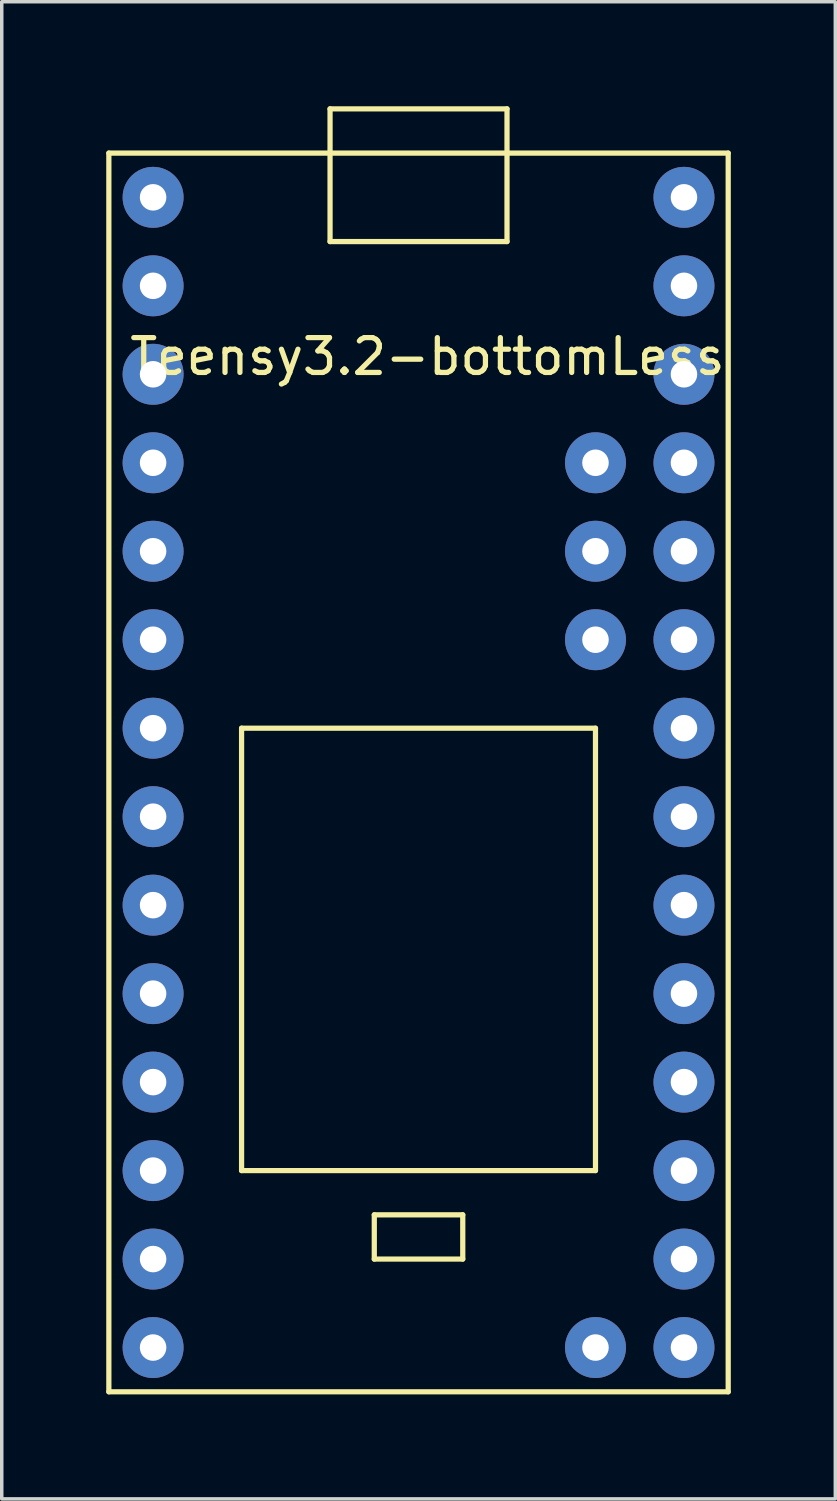
<source format=kicad_pcb>
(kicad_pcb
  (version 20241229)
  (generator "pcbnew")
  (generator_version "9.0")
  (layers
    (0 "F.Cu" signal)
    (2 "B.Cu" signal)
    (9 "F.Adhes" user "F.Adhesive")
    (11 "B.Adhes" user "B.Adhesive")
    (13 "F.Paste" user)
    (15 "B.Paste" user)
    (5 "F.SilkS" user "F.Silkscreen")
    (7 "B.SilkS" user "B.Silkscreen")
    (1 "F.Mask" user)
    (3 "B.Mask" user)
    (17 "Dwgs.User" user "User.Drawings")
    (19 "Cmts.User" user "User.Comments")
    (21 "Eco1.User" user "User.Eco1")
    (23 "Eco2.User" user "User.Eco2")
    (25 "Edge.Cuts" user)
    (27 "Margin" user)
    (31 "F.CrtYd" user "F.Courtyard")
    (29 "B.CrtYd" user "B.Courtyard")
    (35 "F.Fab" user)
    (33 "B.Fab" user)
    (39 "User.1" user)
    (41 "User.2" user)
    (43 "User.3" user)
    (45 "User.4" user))
  (footprint "Teensy3.2-bottomLess"
    (layer "F.Cu")
    (at 8.965 17.855)
    (property "Reference" "Teensy3.2-bottomLess" (at 0.254 -10.668 0) (layer "F.SilkS") (effects (font (size 1 1) (thickness 0.15))))
    (attr through_hole)
    (fp_line (start -8.89 -16.51) (end -8.89 19.05) (stroke (width 0.15) (type solid)) (layer "F.SilkS"))
    (fp_line (start -8.89 19.05) (end 8.89 19.05) (stroke (width 0.15) (type solid)) (layer "F.SilkS"))
    (fp_line (start -5.08 0) (end -5.08 12.7) (stroke (width 0.15) (type solid)) (layer "F.SilkS"))
    (fp_line (start -5.08 12.7) (end 5.08 12.7) (stroke (width 0.15) (type solid)) (layer "F.SilkS"))
    (fp_line (start -2.54 -17.78) (end -2.54 -13.97) (stroke (width 0.15) (type solid)) (layer "F.SilkS"))
    (fp_line (start -2.54 -13.97) (end 2.54 -13.97) (stroke (width 0.15) (type solid)) (layer "F.SilkS"))
    (fp_line (start -1.27 13.97) (end 1.27 13.97) (stroke (width 0.15) (type solid)) (layer "F.SilkS"))
    (fp_line (start -1.27 15.24) (end -1.27 13.97) (stroke (width 0.15) (type solid)) (layer "F.SilkS"))
    (fp_line (start 1.27 13.97) (end 1.27 15.24) (stroke (width 0.15) (type solid)) (layer "F.SilkS"))
    (fp_line (start 1.27 15.24) (end -1.27 15.24) (stroke (width 0.15) (type solid)) (layer "F.SilkS"))
    (fp_line (start 2.54 -17.78) (end -2.54 -17.78) (stroke (width 0.15) (type solid)) (layer "F.SilkS"))
    (fp_line (start 2.54 -13.97) (end 2.54 -17.78) (stroke (width 0.15) (type solid)) (layer "F.SilkS"))
    (fp_line (start 5.08 0) (end -5.08 0) (stroke (width 0.15) (type solid)) (layer "F.SilkS"))
    (fp_line (start 5.08 12.7) (end 5.08 0) (stroke (width 0.15) (type solid)) (layer "F.SilkS"))
    (fp_line (start 8.89 -16.51) (end -8.89 -16.51) (stroke (width 0.15) (type solid)) (layer "F.SilkS"))
    (fp_line (start 8.89 19.05) (end 8.89 -16.51) (stroke (width 0.15) (type solid)) (layer "F.SilkS"))
    (pad "0" thru_hole circle (at -7.62 -12.7) (size 1.75 1.75) (drill 0.762) (layers "*.Cu" "*.Mask"))
    (pad "1" thru_hole circle (at -7.62 -10.16) (size 1.75 1.75) (drill 0.762) (layers "*.Cu" "*.Mask"))
    (pad "2" thru_hole circle (at -7.62 -7.62) (size 1.75 1.75) (drill 0.762) (layers "*.Cu" "*.Mask"))
    (pad "3" thru_hole circle (at -7.62 -5.08) (size 1.75 1.75) (drill 0.762) (layers "*.Cu" "*.Mask"))
    (pad "4" thru_hole circle (at -7.62 -2.54) (size 1.75 1.75) (drill 0.762) (layers "*.Cu" "*.Mask"))
    (pad "5" thru_hole circle (at -7.62 0) (size 1.75 1.75) (drill 0.762) (layers "*.Cu" "*.Mask"))
    (pad "6" thru_hole circle (at -7.62 2.54) (size 1.75 1.75) (drill 0.762) (layers "*.Cu" "*.Mask"))
    (pad "7" thru_hole circle (at -7.62 5.08) (size 1.75 1.75) (drill 0.762) (layers "*.Cu" "*.Mask"))
    (pad "8" thru_hole circle (at -7.62 7.62) (size 1.75 1.75) (drill 0.762) (layers "*.Cu" "*.Mask"))
    (pad "9" thru_hole circle (at -7.62 10.16) (size 1.75 1.75) (drill 0.762) (layers "*.Cu" "*.Mask"))
    (pad "10" thru_hole circle (at -7.62 12.7) (size 1.75 1.75) (drill 0.762) (layers "*.Cu" "*.Mask"))
    (pad "11" thru_hole circle (at -7.62 15.24) (size 1.75 1.75) (drill 0.762) (layers "*.Cu" "*.Mask"))
    (pad "12" thru_hole circle (at -7.62 17.78) (size 1.75 1.75) (drill 0.762) (layers "*.Cu" "*.Mask"))
    (pad "13" thru_hole circle (at 7.62 17.78) (size 1.75 1.75) (drill 0.762) (layers "*.Cu" "*.Mask"))
    (pad "14" thru_hole circle (at 7.62 15.24) (size 1.75 1.75) (drill 0.762) (layers "*.Cu" "*.Mask"))
    (pad "15" thru_hole circle (at 7.62 12.7) (size 1.75 1.75) (drill 0.762) (layers "*.Cu" "*.Mask"))
    (pad "16" thru_hole circle (at 7.62 10.16) (size 1.75 1.75) (drill 0.762) (layers "*.Cu" "*.Mask"))
    (pad "17" thru_hole circle (at 7.62 7.62) (size 1.75 1.75) (drill 0.762) (layers "*.Cu" "*.Mask"))
    (pad "18" thru_hole circle (at 7.62 5.08) (size 1.75 1.75) (drill 0.762) (layers "*.Cu" "*.Mask"))
    (pad "19" thru_hole circle (at 7.62 2.54) (size 1.75 1.75) (drill 0.762) (layers "*.Cu" "*.Mask"))
    (pad "20" thru_hole circle (at 7.62 0) (size 1.75 1.75) (drill 0.762) (layers "*.Cu" "*.Mask"))
    (pad "21" thru_hole circle (at 7.62 -2.54) (size 1.75 1.75) (drill 0.762) (layers "*.Cu" "*.Mask"))
    (pad "22" thru_hole circle (at 7.62 -5.08) (size 1.75 1.75) (drill 0.762) (layers "*.Cu" "*.Mask"))
    (pad "23" thru_hole circle (at 7.62 -7.62) (size 1.75 1.75) (drill 0.762) (layers "*.Cu" "*.Mask"))
    (pad "24" thru_hole circle (at 7.62 -10.16) (size 1.75 1.75) (drill 0.762) (layers "*.Cu" "*.Mask"))
    (pad "25" thru_hole circle (at 7.62 -12.7) (size 1.75 1.75) (drill 0.762) (layers "*.Cu" "*.Mask"))
    (pad "26" thru_hole circle (at 7.62 -15.24) (size 1.75 1.75) (drill 0.762) (layers "*.Cu" "*.Mask"))
    (pad "27" thru_hole circle (at -7.62 -15.24) (size 1.75 1.75) (drill 0.762) (layers "*.Cu" "*.Mask"))
    (pad "28" thru_hole circle (at 5.08 17.78) (size 1.75 1.75) (drill 0.762) (layers "*.Cu" "*.Mask"))
    (pad "29" thru_hole circle (at 5.08 -2.54) (size 1.75 1.75) (drill 0.762) (layers "*.Cu" "*.Mask"))
    (pad "30" thru_hole circle (at 5.08 -5.08) (size 1.75 1.75) (drill 0.762) (layers "*.Cu" "*.Mask"))
    (pad "31" thru_hole circle (at 5.08 -7.62) (size 1.75 1.75) (drill 0.762) (layers "*.Cu" "*.Mask")))
  (gr_rect
    (start -3 -3)
    (end 20.93 39.98)
    (stroke (width 0.1) (type default))
    (fill no)
    (layer "Edge.Cuts")))
</source>
